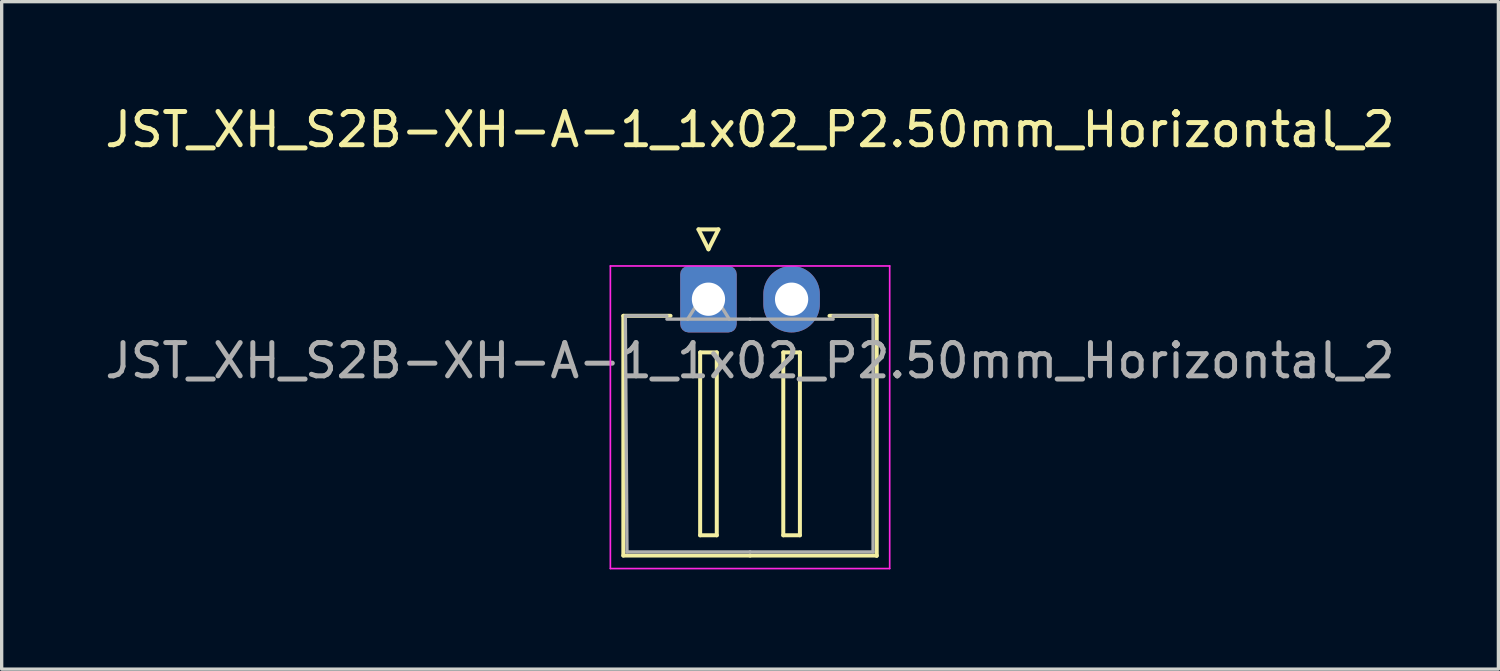
<source format=kicad_pcb>
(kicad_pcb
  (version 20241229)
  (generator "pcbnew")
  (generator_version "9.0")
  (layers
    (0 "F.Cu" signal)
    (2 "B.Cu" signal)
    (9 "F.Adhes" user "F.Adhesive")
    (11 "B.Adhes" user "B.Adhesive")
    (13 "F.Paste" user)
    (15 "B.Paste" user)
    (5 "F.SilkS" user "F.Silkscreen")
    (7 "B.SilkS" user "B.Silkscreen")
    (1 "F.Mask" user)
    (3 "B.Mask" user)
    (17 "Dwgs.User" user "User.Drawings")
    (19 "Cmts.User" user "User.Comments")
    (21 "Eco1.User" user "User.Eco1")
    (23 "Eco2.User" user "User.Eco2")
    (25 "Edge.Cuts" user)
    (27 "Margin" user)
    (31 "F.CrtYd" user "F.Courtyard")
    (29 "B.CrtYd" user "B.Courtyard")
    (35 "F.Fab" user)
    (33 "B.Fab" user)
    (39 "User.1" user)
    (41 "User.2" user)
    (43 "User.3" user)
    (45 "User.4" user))
  (footprint "JST_XH_S2B-XH-A-1_1x02_P2.50mm_Horizontal_2"
    (layer "F.Cu")
    (at 18.256 5.948)
    (property "Reference" "JST_XH_S2B-XH-A-1_1x02_P2.50mm_Horizontal_2" (at 1.25 -5.1 0) (layer "F.SilkS") (effects (font (size 1 1) (thickness 0.15))))
    (attr through_hole)
    (fp_line (start -2.56 0.5) (end -1.14 0.5) (stroke (width 0.12) (type solid)) (layer "F.SilkS"))
    (fp_line (start -2.56 7.71) (end -2.56 0.5) (stroke (width 0.12) (type solid)) (layer "F.SilkS"))
    (fp_line (start -0.3 -2.1) (end 0.3 -2.1) (stroke (width 0.12) (type solid)) (layer "F.SilkS"))
    (fp_line (start -0.25 1.6) (end -0.25 7.1) (stroke (width 0.12) (type solid)) (layer "F.SilkS"))
    (fp_line (start -0.25 7.1) (end 0.25 7.1) (stroke (width 0.12) (type solid)) (layer "F.SilkS"))
    (fp_line (start 0 -1.5) (end -0.3 -2.1) (stroke (width 0.12) (type solid)) (layer "F.SilkS"))
    (fp_line (start 0.25 1.6) (end -0.25 1.6) (stroke (width 0.12) (type solid)) (layer "F.SilkS"))
    (fp_line (start 0.25 7.1) (end 0.25 1.6) (stroke (width 0.12) (type solid)) (layer "F.SilkS"))
    (fp_line (start 0.3 -2.1) (end 0 -1.5) (stroke (width 0.12) (type solid)) (layer "F.SilkS"))
    (fp_line (start 1.25 7.71) (end -2.56 7.71) (stroke (width 0.12) (type solid)) (layer "F.SilkS"))
    (fp_line (start 1.25 7.71) (end 5.06 7.71) (stroke (width 0.12) (type solid)) (layer "F.SilkS"))
    (fp_line (start 2.25 1.6) (end 2.25 7.1) (stroke (width 0.12) (type solid)) (layer "F.SilkS"))
    (fp_line (start 2.25 7.1) (end 2.75 7.1) (stroke (width 0.12) (type solid)) (layer "F.SilkS"))
    (fp_line (start 2.75 1.6) (end 2.25 1.6) (stroke (width 0.12) (type solid)) (layer "F.SilkS"))
    (fp_line (start 2.75 7.1) (end 2.75 1.6) (stroke (width 0.12) (type solid)) (layer "F.SilkS"))
    (fp_line (start 5.06 0.5) (end 3.64 0.5) (stroke (width 0.12) (type solid)) (layer "F.SilkS"))
    (fp_line (start 5.06 7.72) (end 5.06 0.5) (stroke (width 0.12) (type solid)) (layer "F.SilkS"))
    (fp_line (start -2.95 -1) (end -2.95 8.1) (stroke (width 0.05) (type solid)) (layer "F.CrtYd"))
    (fp_line (start -2.95 8.1) (end 5.45 8.1) (stroke (width 0.05) (type solid)) (layer "F.CrtYd"))
    (fp_line (start 5.45 -1) (end -2.95 -1) (stroke (width 0.05) (type solid)) (layer "F.CrtYd"))
    (fp_line (start 5.45 8.1) (end 5.45 -1) (stroke (width 0.05) (type solid)) (layer "F.CrtYd"))
    (fp_line (start -2.45 0.5) (end -1.25 0.5) (stroke (width 0.1) (type solid)) (layer "F.Fab"))
    (fp_line (start -2.45 7.6) (end -2.5 0.5) (stroke (width 0.1) (type solid)) (layer "F.Fab"))
    (fp_line (start -1.25 0.6) (end 1.25 0.6) (stroke (width 0.1) (type solid)) (layer "F.Fab"))
    (fp_line (start -0.625 0.6) (end 0 -0.4) (stroke (width 0.1) (type solid)) (layer "F.Fab"))
    (fp_line (start 0 -0.4) (end 0.625 0.6) (stroke (width 0.1) (type solid)) (layer "F.Fab"))
    (fp_line (start 1.25 7.6) (end -2.45 7.6) (stroke (width 0.1) (type solid)) (layer "F.Fab"))
    (fp_line (start 1.25 7.6) (end 4.95 7.6) (stroke (width 0.1) (type solid)) (layer "F.Fab"))
    (fp_line (start 3.75 0.6) (end 1.25 0.6) (stroke (width 0.1) (type solid)) (layer "F.Fab"))
    (fp_line (start 4.95 0.5) (end 3.75 0.5) (stroke (width 0.1) (type solid)) (layer "F.Fab"))
    (fp_line (start 4.95 7.6) (end 4.95 0.5) (stroke (width 0.1) (type solid)) (layer "F.Fab"))
    (fp_text user "${REFERENCE}" (at 1.25 1.85 0) (layer "F.Fab") (effects (font (size 1 1) (thickness 0.15))))
    (pad "1" thru_hole roundrect (at 0 0) (size 1.7 2) (drill 1) (layers "*.Cu" "*.Mask") (roundrect_rratio 0.147))
    (pad "2" thru_hole oval (at 2.5 0) (size 1.7 2) (drill 1) (layers "*.Cu" "*.Mask")))
  (gr_rect
    (start -3 -3)
    (end 42.012 17.073)
    (stroke (width 0.1) (type default))
    (fill no)
    (layer "Edge.Cuts")))
</source>
